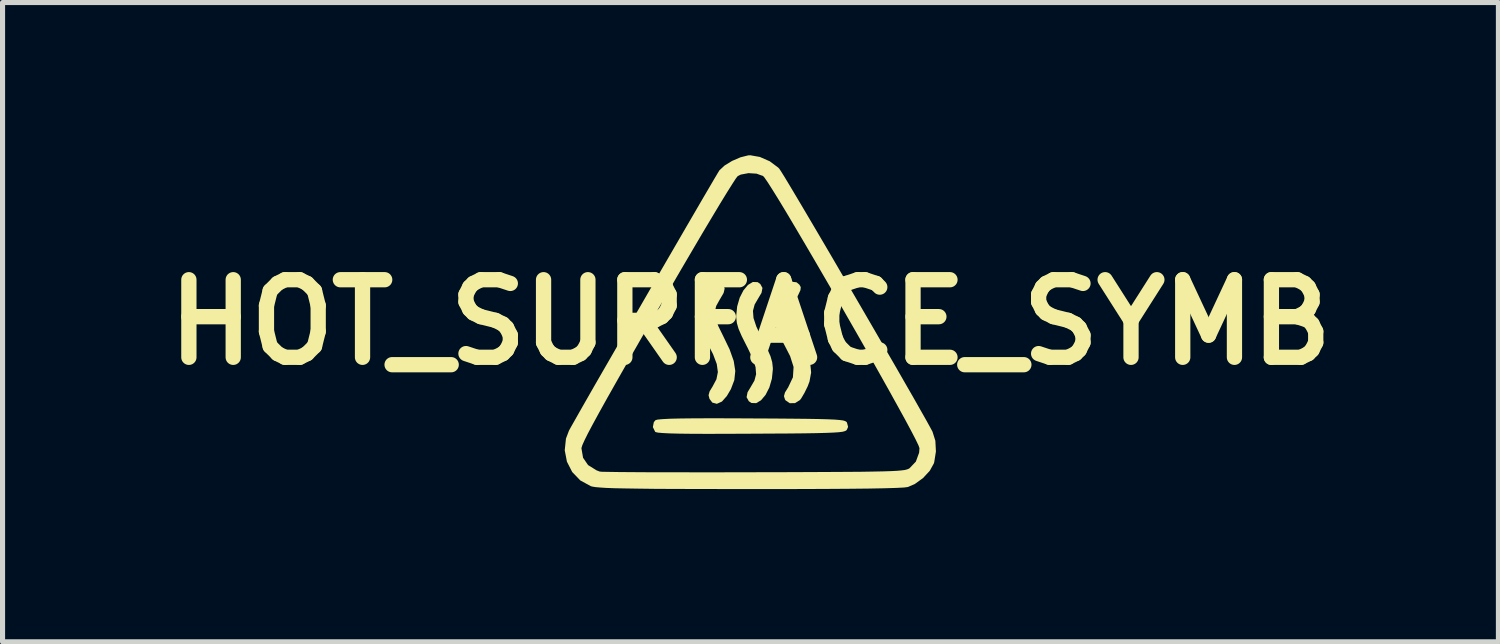
<source format=kicad_pcb>
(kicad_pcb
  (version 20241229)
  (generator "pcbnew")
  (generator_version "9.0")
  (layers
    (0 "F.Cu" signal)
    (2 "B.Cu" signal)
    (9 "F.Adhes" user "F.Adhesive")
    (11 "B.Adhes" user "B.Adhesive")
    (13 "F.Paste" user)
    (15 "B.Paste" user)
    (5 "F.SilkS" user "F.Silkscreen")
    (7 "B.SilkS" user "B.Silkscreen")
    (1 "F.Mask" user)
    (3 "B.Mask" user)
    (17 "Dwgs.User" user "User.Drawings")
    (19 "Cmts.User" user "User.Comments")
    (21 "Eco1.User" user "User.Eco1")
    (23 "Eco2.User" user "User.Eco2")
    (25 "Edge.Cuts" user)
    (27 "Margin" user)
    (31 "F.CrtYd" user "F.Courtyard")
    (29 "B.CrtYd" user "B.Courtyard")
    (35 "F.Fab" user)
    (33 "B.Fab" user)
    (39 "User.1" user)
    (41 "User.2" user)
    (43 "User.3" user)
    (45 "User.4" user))
  (footprint "HOT_SURFACE_SYMB"
    (layer "F.Cu")
    (at 11.691 3.279)
    (property "Reference" "HOT_SURFACE_SYMB" (at 0 0 0) (layer "F.SilkS") (effects (font (size 1.524 1.524) (thickness 0.3))))
    (attr board_only exclude_from_pos_files exclude_from_bom)
    (fp_poly (pts (xy -0.565 -0.776) (xy -0.526 -0.73) (xy -0.507 -0.659) (xy -0.527 -0.575) (xy -0.595 -0.458) (xy -0.606 -0.44) (xy -0.673 -0.319) (xy -0.701 -0.205) (xy -0.688 -0.08) (xy -0.632 0.076) (xy -0.542 0.259) (xy -0.41 0.533) (xy -0.329 0.761) (xy -0.298 0.958) (xy -0.317 1.137) (xy -0.384 1.314) (xy -0.464 1.45) (xy -0.561 1.559) (xy -0.66 1.603) (xy -0.749 1.579) (xy -0.804 1.507) (xy -0.823 1.434) (xy -0.802 1.358) (xy -0.743 1.261) (xy -0.668 1.12) (xy -0.64 0.979) (xy -0.662 0.821) (xy -0.734 0.63) (xy -0.82 0.462) (xy -0.953 0.181) (xy -1.02 -0.065) (xy -1.023 -0.285) (xy -0.962 -0.49) (xy -0.853 -0.67) (xy -0.755 -0.763) (xy -0.652 -0.8)) (stroke (width 0) (type solid)) (fill yes) (layer "F.SilkS"))
    (fp_poly (pts (xy 0.905 -0.784) (xy 0.961 -0.738) (xy 0.988 -0.69) (xy 0.982 -0.63) (xy 0.938 -0.535) (xy 0.908 -0.48) (xy 0.834 -0.324) (xy 0.804 -0.18) (xy 0.82 -0.03) (xy 0.883 0.145) (xy 0.982 0.341) (xy 1.105 0.592) (xy 1.174 0.803) (xy 1.192 0.988) (xy 1.16 1.164) (xy 1.123 1.262) (xy 1.061 1.388) (xy 0.999 1.493) (xy 0.972 1.529) (xy 0.876 1.589) (xy 0.772 1.591) (xy 0.69 1.535) (xy 0.678 1.517) (xy 0.658 1.452) (xy 0.678 1.38) (xy 0.742 1.277) (xy 0.834 1.082) (xy 0.847 0.879) (xy 0.78 0.669) (xy 0.776 0.66) (xy 0.71 0.532) (xy 0.629 0.376) (xy 0.578 0.28) (xy 0.503 0.109) (xy 0.47 -0.05) (xy 0.465 -0.169) (xy 0.487 -0.349) (xy 0.541 -0.513) (xy 0.62 -0.649) (xy 0.713 -0.747) (xy 0.811 -0.795)) (stroke (width 0) (type solid)) (fill yes) (layer "F.SilkS"))
    (fp_poly (pts (xy 0.141 -0.787) (xy 0.192 -0.752) (xy 0.236 -0.673) (xy 0.217 -0.576) (xy 0.156 -0.474) (xy 0.082 -0.347) (xy 0.049 -0.222) (xy 0.06 -0.082) (xy 0.116 0.087) (xy 0.218 0.302) (xy 0.236 0.336) (xy 0.332 0.527) (xy 0.394 0.67) (xy 0.427 0.785) (xy 0.439 0.892) (xy 0.44 0.923) (xy 0.421 1.11) (xy 0.371 1.282) (xy 0.297 1.427) (xy 0.208 1.533) (xy 0.113 1.59) (xy 0.019 1.587) (xy -0.032 1.552) (xy -0.076 1.473) (xy -0.057 1.376) (xy 0.004 1.274) (xy 0.078 1.147) (xy 0.111 1.022) (xy 0.1 0.882) (xy 0.044 0.713) (xy -0.058 0.498) (xy -0.076 0.464) (xy -0.172 0.273) (xy -0.234 0.13) (xy -0.267 0.015) (xy -0.279 -0.092) (xy -0.28 -0.123) (xy -0.261 -0.31) (xy -0.211 -0.482) (xy -0.137 -0.627) (xy -0.048 -0.733) (xy 0.047 -0.79)) (stroke (width 0) (type solid)) (fill yes) (layer "F.SilkS"))
    (fp_poly (pts (xy -0.321 1.888) (xy 0.02 1.89) (xy 0.452 1.892) (xy 0.811 1.895) (xy 1.104 1.898) (xy 1.337 1.902) (xy 1.519 1.907) (xy 1.655 1.913) (xy 1.752 1.921) (xy 1.819 1.93) (xy 1.86 1.942) (xy 1.884 1.957) (xy 1.895 1.97) (xy 1.918 2.056) (xy 1.895 2.11) (xy 1.88 2.127) (xy 1.853 2.14) (xy 1.807 2.152) (xy 1.735 2.161) (xy 1.63 2.168) (xy 1.486 2.174) (xy 1.294 2.179) (xy 1.05 2.183) (xy 0.744 2.186) (xy 0.371 2.188) (xy 0.014 2.19) (xy -0.445 2.192) (xy -0.829 2.193) (xy -1.144 2.192) (xy -1.395 2.189) (xy -1.587 2.184) (xy -1.725 2.177) (xy -1.816 2.169) (xy -1.863 2.158) (xy -1.872 2.152) (xy -1.917 2.06) (xy -1.898 1.963) (xy -1.865 1.924) (xy -1.825 1.913) (xy -1.731 1.904) (xy -1.579 1.896) (xy -1.367 1.891) (xy -1.089 1.888) (xy -0.742 1.887)) (stroke (width 0) (type solid)) (fill yes) (layer "F.SilkS"))
    (fp_poly (pts (xy 0.185 -3.246) (xy 0.379 -3.161) (xy 0.544 -3.038) (xy 0.566 -3.015) (xy 0.598 -2.967) (xy 0.667 -2.857) (xy 0.767 -2.691) (xy 0.896 -2.475) (xy 1.049 -2.217) (xy 1.222 -1.924) (xy 1.412 -1.601) (xy 1.614 -1.257) (xy 1.824 -0.896) (xy 2.039 -0.528) (xy 2.255 -0.157) (xy 2.468 0.21) (xy 2.673 0.564) (xy 2.868 0.901) (xy 3.047 1.213) (xy 3.208 1.493) (xy 3.345 1.735) (xy 3.456 1.931) (xy 3.536 2.076) (xy 3.576 2.151) (xy 3.632 2.329) (xy 3.643 2.54) (xy 3.61 2.747) (xy 3.603 2.772) (xy 3.522 2.919) (xy 3.389 3.062) (xy 3.23 3.177) (xy 3.093 3.237) (xy 3.017 3.247) (xy 2.86 3.255) (xy 2.625 3.262) (xy 2.309 3.268) (xy 1.915 3.272) (xy 1.441 3.275) (xy 0.887 3.277) (xy 0.255 3.278) (xy -0.02 3.278) (xy -0.597 3.277) (xy -1.1 3.276) (xy -1.533 3.275) (xy -1.901 3.273) (xy -2.21 3.269) (xy -2.465 3.265) (xy -2.671 3.261) (xy -2.832 3.255) (xy -2.955 3.247) (xy -3.045 3.239) (xy -3.105 3.229) (xy -3.135 3.221) (xy -3.342 3.108) (xy -3.501 2.943) (xy -3.605 2.74) (xy -3.648 2.516) (xy -3.644 2.477) (xy -3.32 2.477) (xy -3.288 2.663) (xy -3.19 2.806) (xy -3.023 2.91) (xy -2.96 2.934) (xy -2.911 2.938) (xy -2.789 2.94) (xy -2.599 2.943) (xy -2.349 2.945) (xy -2.044 2.947) (xy -1.691 2.948) (xy -1.296 2.948) (xy -0.866 2.949) (xy -0.408 2.948) (xy 0.06 2.947) (xy 0.619 2.946) (xy 1.104 2.944) (xy 1.52 2.942) (xy 1.873 2.94) (xy 2.168 2.938) (xy 2.41 2.934) (xy 2.606 2.93) (xy 2.76 2.925) (xy 2.878 2.919) (xy 2.967 2.911) (xy 3.03 2.903) (xy 3.074 2.892) (xy 3.105 2.88) (xy 3.124 2.869) (xy 3.249 2.738) (xy 3.313 2.563) (xy 3.32 2.474) (xy 3.3 2.419) (xy 3.244 2.302) (xy 3.154 2.129) (xy 3.035 1.907) (xy 2.89 1.644) (xy 2.724 1.344) (xy 2.54 1.016) (xy 2.343 0.666) (xy 2.135 0.3) (xy 1.92 -0.075) (xy 1.704 -0.452) (xy 1.488 -0.824) (xy 1.278 -1.185) (xy 1.077 -1.528) (xy 0.889 -1.847) (xy 0.718 -2.135) (xy 0.567 -2.385) (xy 0.44 -2.59) (xy 0.342 -2.744) (xy 0.276 -2.84) (xy 0.249 -2.871) (xy 0.12 -2.918) (xy -0.039 -2.928) (xy -0.189 -2.9) (xy -0.249 -2.871) (xy -0.284 -2.827) (xy -0.355 -2.718) (xy -0.46 -2.551) (xy -0.596 -2.329) (xy -0.758 -2.059) (xy -0.945 -1.746) (xy -1.152 -1.394) (xy -1.378 -1.009) (xy -1.618 -0.596) (xy -1.83 -0.23) (xy -2.132 0.294) (xy -2.396 0.754) (xy -2.622 1.151) (xy -2.813 1.489) (xy -2.97 1.771) (xy -3.096 2.002) (xy -3.192 2.183) (xy -3.26 2.32) (xy -3.302 2.414) (xy -3.319 2.469) (xy -3.32 2.477) (xy -3.644 2.477) (xy -3.624 2.286) (xy -3.565 2.13) (xy -3.529 2.064) (xy -3.457 1.937) (xy -3.354 1.755) (xy -3.224 1.527) (xy -3.07 1.258) (xy -2.896 0.956) (xy -2.706 0.627) (xy -2.505 0.278) (xy -2.296 -0.084) (xy -2.083 -0.452) (xy -1.871 -0.82) (xy -1.662 -1.181) (xy -1.461 -1.527) (xy -1.272 -1.853) (xy -1.099 -2.15) (xy -0.946 -2.413) (xy -0.816 -2.635) (xy -0.714 -2.809) (xy -0.644 -2.927) (xy -0.609 -2.984) (xy -0.607 -2.986) (xy -0.508 -3.078) (xy -0.361 -3.168) (xy -0.196 -3.239) (xy -0.045 -3.277) (xy -0.002 -3.279)) (stroke (width 0) (type solid)) (fill yes) (layer "F.SilkS")))
  (gr_rect
    (start -3 -3)
    (end 26.383 9.557)
    (stroke (width 0.1) (type default))
    (fill no)
    (layer "Edge.Cuts")))
</source>
